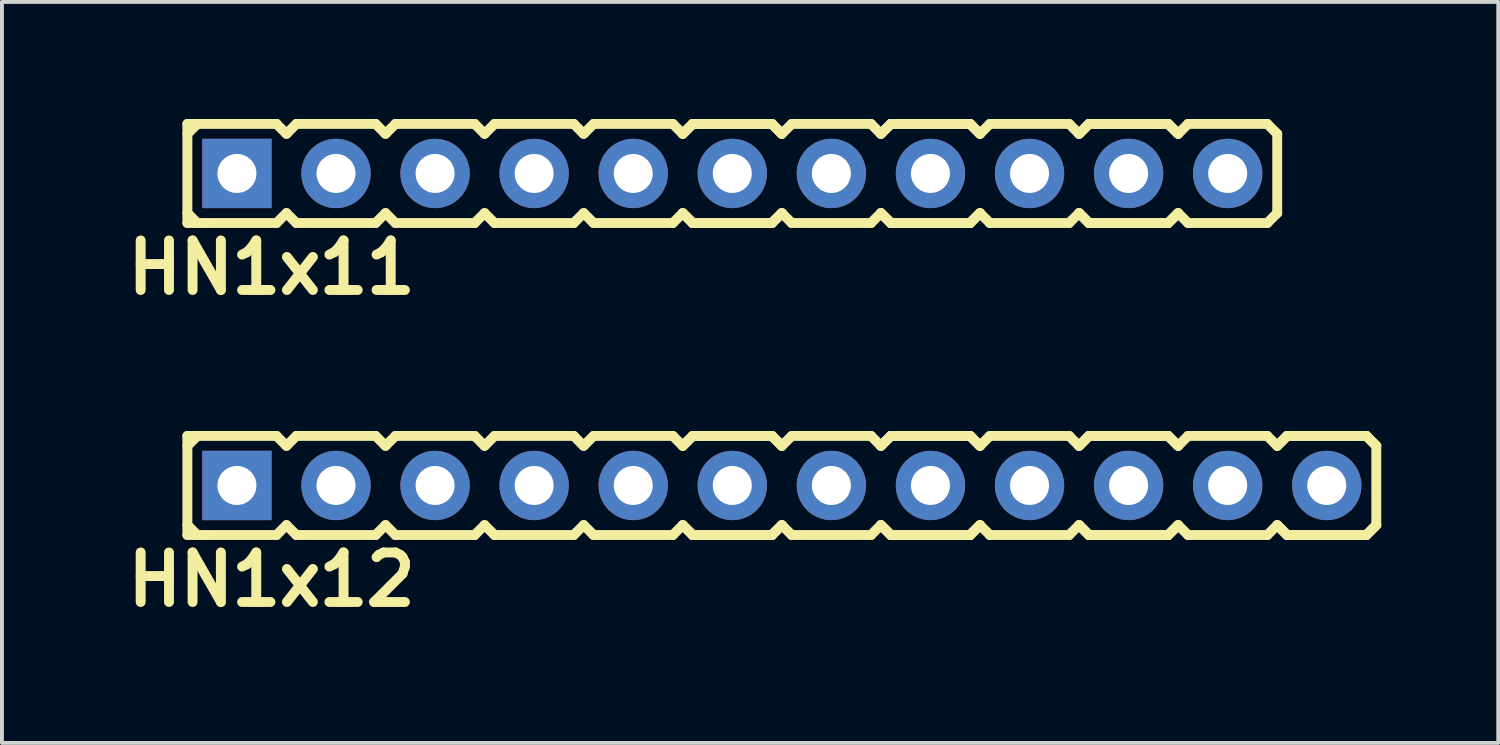
<source format=kicad_pcb>
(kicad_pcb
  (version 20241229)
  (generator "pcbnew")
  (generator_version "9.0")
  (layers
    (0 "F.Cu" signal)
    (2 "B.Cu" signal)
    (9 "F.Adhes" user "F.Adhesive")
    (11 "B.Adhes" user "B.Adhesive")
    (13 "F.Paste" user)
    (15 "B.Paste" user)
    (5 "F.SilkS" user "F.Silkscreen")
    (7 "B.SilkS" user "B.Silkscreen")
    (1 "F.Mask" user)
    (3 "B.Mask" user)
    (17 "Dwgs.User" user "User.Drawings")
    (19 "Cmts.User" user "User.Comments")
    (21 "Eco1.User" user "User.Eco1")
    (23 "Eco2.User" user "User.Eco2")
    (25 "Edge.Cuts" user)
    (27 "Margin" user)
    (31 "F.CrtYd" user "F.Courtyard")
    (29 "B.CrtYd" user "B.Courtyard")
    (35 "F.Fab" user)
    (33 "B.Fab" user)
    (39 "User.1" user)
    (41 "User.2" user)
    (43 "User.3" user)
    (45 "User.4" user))
  (footprint "HN1x12"
    (layer "F.Cu")
    (at 16.994 9.396)
    (property "Reference" "HN1x12" (at -13.081 2.413 0) (layer "F.SilkS") (effects (font (size 1.27 1.27) (thickness 0.254))))
    (attr smd)
    (fp_line (start -15.24 -1.27) (end -15.24 1.27) (stroke (width 0.254) (type solid)) (layer "F.SilkS"))
    (fp_line (start -15.24 -1.27) (end -14.986 -1.27) (stroke (width 0.254) (type solid)) (layer "F.SilkS"))
    (fp_line (start -15.24 -1.016) (end -14.986 -1.27) (stroke (width 0.254) (type solid)) (layer "F.SilkS"))
    (fp_line (start -14.986 -1.27) (end -12.954 -1.27) (stroke (width 0.254) (type solid)) (layer "F.SilkS"))
    (fp_line (start -14.986 1.27) (end -15.24 1.016) (stroke (width 0.254) (type solid)) (layer "F.SilkS"))
    (fp_line (start -14.732 1.27) (end -15.24 1.27) (stroke (width 0.254) (type solid)) (layer "F.SilkS"))
    (fp_line (start -12.954 -1.27) (end -12.7 -1.016) (stroke (width 0.254) (type solid)) (layer "F.SilkS"))
    (fp_line (start -12.954 1.27) (end -14.732 1.27) (stroke (width 0.254) (type solid)) (layer "F.SilkS"))
    (fp_line (start -12.7 -1.016) (end -12.446 -1.27) (stroke (width 0.254) (type solid)) (layer "F.SilkS"))
    (fp_line (start -12.7 1.016) (end -12.954 1.27) (stroke (width 0.254) (type solid)) (layer "F.SilkS"))
    (fp_line (start -12.446 -1.27) (end -10.414 -1.27) (stroke (width 0.254) (type solid)) (layer "F.SilkS"))
    (fp_line (start -12.446 1.27) (end -12.7 1.016) (stroke (width 0.254) (type solid)) (layer "F.SilkS"))
    (fp_line (start -10.414 -1.27) (end -10.16 -1.016) (stroke (width 0.254) (type solid)) (layer "F.SilkS"))
    (fp_line (start -10.414 1.27) (end -12.446 1.27) (stroke (width 0.254) (type solid)) (layer "F.SilkS"))
    (fp_line (start -10.414 1.27) (end -10.16 1.016) (stroke (width 0.254) (type solid)) (layer "F.SilkS"))
    (fp_line (start -10.16 -1.016) (end -9.906 -1.27) (stroke (width 0.254) (type solid)) (layer "F.SilkS"))
    (fp_line (start -10.16 1.016) (end -9.906 1.27) (stroke (width 0.254) (type solid)) (layer "F.SilkS"))
    (fp_line (start -9.906 -1.27) (end -7.874 -1.27) (stroke (width 0.254) (type solid)) (layer "F.SilkS"))
    (fp_line (start -7.874 -1.27) (end -7.62 -1.016) (stroke (width 0.254) (type solid)) (layer "F.SilkS"))
    (fp_line (start -7.874 1.27) (end -9.906 1.27) (stroke (width 0.254) (type solid)) (layer "F.SilkS"))
    (fp_line (start -7.62 -1.016) (end -7.366 -1.27) (stroke (width 0.254) (type solid)) (layer "F.SilkS"))
    (fp_line (start -7.62 1.016) (end -7.874 1.27) (stroke (width 0.254) (type solid)) (layer "F.SilkS"))
    (fp_line (start -7.366 -1.27) (end -5.334 -1.27) (stroke (width 0.254) (type solid)) (layer "F.SilkS"))
    (fp_line (start -7.366 1.27) (end -7.62 1.016) (stroke (width 0.254) (type solid)) (layer "F.SilkS"))
    (fp_line (start -5.334 -1.27) (end -5.08 -1.016) (stroke (width 0.254) (type solid)) (layer "F.SilkS"))
    (fp_line (start -5.334 1.27) (end -7.366 1.27) (stroke (width 0.254) (type solid)) (layer "F.SilkS"))
    (fp_line (start -5.08 -1.016) (end -4.826 -1.27) (stroke (width 0.254) (type solid)) (layer "F.SilkS"))
    (fp_line (start -5.08 1.016) (end -5.334 1.27) (stroke (width 0.254) (type solid)) (layer "F.SilkS"))
    (fp_line (start -4.826 -1.27) (end -2.794 -1.27) (stroke (width 0.254) (type solid)) (layer "F.SilkS"))
    (fp_line (start -4.826 1.27) (end -5.08 1.016) (stroke (width 0.254) (type solid)) (layer "F.SilkS"))
    (fp_line (start -2.794 -1.27) (end -2.54 -1.016) (stroke (width 0.254) (type solid)) (layer "F.SilkS"))
    (fp_line (start -2.794 1.27) (end -4.826 1.27) (stroke (width 0.254) (type solid)) (layer "F.SilkS"))
    (fp_line (start -2.54 -1.016) (end -2.286 -1.27) (stroke (width 0.254) (type solid)) (layer "F.SilkS"))
    (fp_line (start -2.54 -1.016) (end -2.286 -1.27) (stroke (width 0.254) (type solid)) (layer "F.SilkS"))
    (fp_line (start -2.54 1.016) (end -2.794 1.27) (stroke (width 0.254) (type solid)) (layer "F.SilkS"))
    (fp_line (start -2.286 -1.27) (end -0.254 -1.27) (stroke (width 0.254) (type solid)) (layer "F.SilkS"))
    (fp_line (start -2.286 -1.27) (end -0.254 -1.27) (stroke (width 0.254) (type solid)) (layer "F.SilkS"))
    (fp_line (start -2.286 1.27) (end -2.54 1.016) (stroke (width 0.254) (type solid)) (layer "F.SilkS"))
    (fp_line (start -2.286 1.27) (end -2.54 1.016) (stroke (width 0.254) (type solid)) (layer "F.SilkS"))
    (fp_line (start -0.254 -1.27) (end 0 -1.016) (stroke (width 0.254) (type solid)) (layer "F.SilkS"))
    (fp_line (start -0.254 -1.27) (end 0 -1.016) (stroke (width 0.254) (type solid)) (layer "F.SilkS"))
    (fp_line (start -0.254 1.27) (end -2.286 1.27) (stroke (width 0.254) (type solid)) (layer "F.SilkS"))
    (fp_line (start -0.254 1.27) (end -2.286 1.27) (stroke (width 0.254) (type solid)) (layer "F.SilkS"))
    (fp_line (start 0 -1.016) (end 0.254 -1.27) (stroke (width 0.254) (type solid)) (layer "F.SilkS"))
    (fp_line (start 0 1.016) (end -0.254 1.27) (stroke (width 0.254) (type solid)) (layer "F.SilkS"))
    (fp_line (start 0 1.016) (end -0.254 1.27) (stroke (width 0.254) (type solid)) (layer "F.SilkS"))
    (fp_line (start 0.254 -1.27) (end 2.286 -1.27) (stroke (width 0.254) (type solid)) (layer "F.SilkS"))
    (fp_line (start 0.254 1.27) (end 0 1.016) (stroke (width 0.254) (type solid)) (layer "F.SilkS"))
    (fp_line (start 2.286 -1.27) (end 2.54 -1.016) (stroke (width 0.254) (type solid)) (layer "F.SilkS"))
    (fp_line (start 2.286 1.27) (end 0.254 1.27) (stroke (width 0.254) (type solid)) (layer "F.SilkS"))
    (fp_line (start 2.54 -1.016) (end 2.794 -1.27) (stroke (width 0.254) (type solid)) (layer "F.SilkS"))
    (fp_line (start 2.54 -1.016) (end 2.794 -1.27) (stroke (width 0.254) (type solid)) (layer "F.SilkS"))
    (fp_line (start 2.54 1.016) (end 2.286 1.27) (stroke (width 0.254) (type solid)) (layer "F.SilkS"))
    (fp_line (start 2.794 -1.27) (end 4.826 -1.27) (stroke (width 0.254) (type solid)) (layer "F.SilkS"))
    (fp_line (start 2.794 -1.27) (end 4.826 -1.27) (stroke (width 0.254) (type solid)) (layer "F.SilkS"))
    (fp_line (start 2.794 1.27) (end 2.54 1.016) (stroke (width 0.254) (type solid)) (layer "F.SilkS"))
    (fp_line (start 2.794 1.27) (end 2.54 1.016) (stroke (width 0.254) (type solid)) (layer "F.SilkS"))
    (fp_line (start 4.826 -1.27) (end 5.08 -1.016) (stroke (width 0.254) (type solid)) (layer "F.SilkS"))
    (fp_line (start 4.826 -1.27) (end 5.08 -1.016) (stroke (width 0.254) (type solid)) (layer "F.SilkS"))
    (fp_line (start 4.826 1.27) (end 2.794 1.27) (stroke (width 0.254) (type solid)) (layer "F.SilkS"))
    (fp_line (start 4.826 1.27) (end 2.794 1.27) (stroke (width 0.254) (type solid)) (layer "F.SilkS"))
    (fp_line (start 5.08 -1.016) (end 5.334 -1.27) (stroke (width 0.254) (type solid)) (layer "F.SilkS"))
    (fp_line (start 5.08 1.016) (end 4.826 1.27) (stroke (width 0.254) (type solid)) (layer "F.SilkS"))
    (fp_line (start 5.08 1.016) (end 4.826 1.27) (stroke (width 0.254) (type solid)) (layer "F.SilkS"))
    (fp_line (start 5.334 -1.27) (end 7.366 -1.27) (stroke (width 0.254) (type solid)) (layer "F.SilkS"))
    (fp_line (start 5.334 1.27) (end 5.08 1.016) (stroke (width 0.254) (type solid)) (layer "F.SilkS"))
    (fp_line (start 7.366 -1.27) (end 7.62 -1.016) (stroke (width 0.254) (type solid)) (layer "F.SilkS"))
    (fp_line (start 7.366 1.27) (end 5.334 1.27) (stroke (width 0.254) (type solid)) (layer "F.SilkS"))
    (fp_line (start 7.62 -1.016) (end 7.874 -1.27) (stroke (width 0.254) (type solid)) (layer "F.SilkS"))
    (fp_line (start 7.62 -1.016) (end 7.874 -1.27) (stroke (width 0.254) (type solid)) (layer "F.SilkS"))
    (fp_line (start 7.62 1.016) (end 7.366 1.27) (stroke (width 0.254) (type solid)) (layer "F.SilkS"))
    (fp_line (start 7.874 -1.27) (end 9.906 -1.27) (stroke (width 0.254) (type solid)) (layer "F.SilkS"))
    (fp_line (start 7.874 -1.27) (end 9.906 -1.27) (stroke (width 0.254) (type solid)) (layer "F.SilkS"))
    (fp_line (start 7.874 1.27) (end 7.62 1.016) (stroke (width 0.254) (type solid)) (layer "F.SilkS"))
    (fp_line (start 7.874 1.27) (end 7.62 1.016) (stroke (width 0.254) (type solid)) (layer "F.SilkS"))
    (fp_line (start 9.906 -1.27) (end 10.16 -1.016) (stroke (width 0.254) (type solid)) (layer "F.SilkS"))
    (fp_line (start 9.906 -1.27) (end 10.16 -1.016) (stroke (width 0.254) (type solid)) (layer "F.SilkS"))
    (fp_line (start 9.906 1.27) (end 7.874 1.27) (stroke (width 0.254) (type solid)) (layer "F.SilkS"))
    (fp_line (start 9.906 1.27) (end 7.874 1.27) (stroke (width 0.254) (type solid)) (layer "F.SilkS"))
    (fp_line (start 10.16 -1.016) (end 10.414 -1.27) (stroke (width 0.254) (type solid)) (layer "F.SilkS"))
    (fp_line (start 10.16 1.016) (end 9.906 1.27) (stroke (width 0.254) (type solid)) (layer "F.SilkS"))
    (fp_line (start 10.16 1.016) (end 9.906 1.27) (stroke (width 0.254) (type solid)) (layer "F.SilkS"))
    (fp_line (start 10.414 -1.27) (end 12.446 -1.27) (stroke (width 0.254) (type solid)) (layer "F.SilkS"))
    (fp_line (start 10.414 1.27) (end 10.16 1.016) (stroke (width 0.254) (type solid)) (layer "F.SilkS"))
    (fp_line (start 12.446 -1.27) (end 12.7 -1.016) (stroke (width 0.254) (type solid)) (layer "F.SilkS"))
    (fp_line (start 12.446 1.27) (end 10.414 1.27) (stroke (width 0.254) (type solid)) (layer "F.SilkS"))
    (fp_line (start 12.7 -1.016) (end 12.954 -1.27) (stroke (width 0.254) (type solid)) (layer "F.SilkS"))
    (fp_line (start 12.7 -1.016) (end 12.954 -1.27) (stroke (width 0.254) (type solid)) (layer "F.SilkS"))
    (fp_line (start 12.7 1.016) (end 12.446 1.27) (stroke (width 0.254) (type solid)) (layer "F.SilkS"))
    (fp_line (start 12.954 -1.27) (end 14.986 -1.27) (stroke (width 0.254) (type solid)) (layer "F.SilkS"))
    (fp_line (start 12.954 -1.27) (end 14.986 -1.27) (stroke (width 0.254) (type solid)) (layer "F.SilkS"))
    (fp_line (start 12.954 1.27) (end 12.7 1.016) (stroke (width 0.254) (type solid)) (layer "F.SilkS"))
    (fp_line (start 12.954 1.27) (end 12.7 1.016) (stroke (width 0.254) (type solid)) (layer "F.SilkS"))
    (fp_line (start 14.986 -1.27) (end 15.24 -1.016) (stroke (width 0.254) (type solid)) (layer "F.SilkS"))
    (fp_line (start 14.986 -1.27) (end 15.24 -1.016) (stroke (width 0.254) (type solid)) (layer "F.SilkS"))
    (fp_line (start 14.986 1.27) (end 12.954 1.27) (stroke (width 0.254) (type solid)) (layer "F.SilkS"))
    (fp_line (start 14.986 1.27) (end 12.954 1.27) (stroke (width 0.254) (type solid)) (layer "F.SilkS"))
    (fp_line (start 15.24 -1.016) (end 15.24 1.016) (stroke (width 0.254) (type solid)) (layer "F.SilkS"))
    (fp_line (start 15.24 1.016) (end 14.986 1.27) (stroke (width 0.254) (type solid)) (layer "F.SilkS"))
    (fp_line (start 15.24 1.016) (end 14.986 1.27) (stroke (width 0.254) (type solid)) (layer "F.SilkS"))
    (pad "1" thru_hole rect (at -13.97 0) (size 1.778 1.778) (drill 1) (layers "*.Cu" "*.Mask"))
    (pad "2" thru_hole circle (at -11.43 0) (size 1.778 1.778) (drill 1) (layers "*.Cu" "*.Mask"))
    (pad "3" thru_hole circle (at -8.89 0) (size 1.778 1.778) (drill 1) (layers "*.Cu" "*.Mask"))
    (pad "4" thru_hole circle (at -6.35 0) (size 1.778 1.778) (drill 1) (layers "*.Cu" "*.Mask"))
    (pad "5" thru_hole circle (at -3.81 0) (size 1.778 1.778) (drill 1) (layers "*.Cu" "*.Mask"))
    (pad "6" thru_hole circle (at -1.27 0) (size 1.778 1.778) (drill 1) (layers "*.Cu" "*.Mask"))
    (pad "7" thru_hole circle (at 1.27 0) (size 1.778 1.778) (drill 1) (layers "*.Cu" "*.Mask"))
    (pad "8" thru_hole circle (at 3.81 0) (size 1.778 1.778) (drill 1) (layers "*.Cu" "*.Mask"))
    (pad "9" thru_hole circle (at 6.35 0) (size 1.778 1.778) (drill 1) (layers "*.Cu" "*.Mask"))
    (pad "10" thru_hole circle (at 8.89 0) (size 1.778 1.778) (drill 1) (layers "*.Cu" "*.Mask"))
    (pad "11" thru_hole circle (at 11.43 0) (size 1.778 1.778) (drill 1) (layers "*.Cu" "*.Mask"))
    (pad "12" thru_hole circle (at 13.97 0) (size 1.778 1.778) (drill 1) (layers "*.Cu" "*.Mask")))
  (footprint "HN1x11"
    (layer "F.Cu")
    (at 15.724 1.397)
    (property "Reference" "HN1x11" (at -11.811 2.413 0) (layer "F.SilkS") (effects (font (size 1.27 1.27) (thickness 0.254))))
    (attr smd)
    (fp_line (start -13.97 -1.27) (end -13.97 1.27) (stroke (width 0.254) (type solid)) (layer "F.SilkS"))
    (fp_line (start -13.97 -1.27) (end -13.716 -1.27) (stroke (width 0.254) (type solid)) (layer "F.SilkS"))
    (fp_line (start -13.97 -1.016) (end -13.716 -1.27) (stroke (width 0.254) (type solid)) (layer "F.SilkS"))
    (fp_line (start -13.716 -1.27) (end -11.684 -1.27) (stroke (width 0.254) (type solid)) (layer "F.SilkS"))
    (fp_line (start -13.716 1.27) (end -13.97 1.016) (stroke (width 0.254) (type solid)) (layer "F.SilkS"))
    (fp_line (start -13.462 1.27) (end -13.97 1.27) (stroke (width 0.254) (type solid)) (layer "F.SilkS"))
    (fp_line (start -11.684 -1.27) (end -11.43 -1.016) (stroke (width 0.254) (type solid)) (layer "F.SilkS"))
    (fp_line (start -11.684 1.27) (end -13.462 1.27) (stroke (width 0.254) (type solid)) (layer "F.SilkS"))
    (fp_line (start -11.43 -1.016) (end -11.176 -1.27) (stroke (width 0.254) (type solid)) (layer "F.SilkS"))
    (fp_line (start -11.43 1.016) (end -11.684 1.27) (stroke (width 0.254) (type solid)) (layer "F.SilkS"))
    (fp_line (start -11.176 -1.27) (end -9.144 -1.27) (stroke (width 0.254) (type solid)) (layer "F.SilkS"))
    (fp_line (start -11.176 1.27) (end -11.43 1.016) (stroke (width 0.254) (type solid)) (layer "F.SilkS"))
    (fp_line (start -9.144 -1.27) (end -8.89 -1.016) (stroke (width 0.254) (type solid)) (layer "F.SilkS"))
    (fp_line (start -9.144 1.27) (end -11.176 1.27) (stroke (width 0.254) (type solid)) (layer "F.SilkS"))
    (fp_line (start -9.144 1.27) (end -8.89 1.016) (stroke (width 0.254) (type solid)) (layer "F.SilkS"))
    (fp_line (start -8.89 -1.016) (end -8.636 -1.27) (stroke (width 0.254) (type solid)) (layer "F.SilkS"))
    (fp_line (start -8.89 1.016) (end -8.636 1.27) (stroke (width 0.254) (type solid)) (layer "F.SilkS"))
    (fp_line (start -8.636 -1.27) (end -6.604 -1.27) (stroke (width 0.254) (type solid)) (layer "F.SilkS"))
    (fp_line (start -6.604 -1.27) (end -6.35 -1.016) (stroke (width 0.254) (type solid)) (layer "F.SilkS"))
    (fp_line (start -6.604 1.27) (end -8.636 1.27) (stroke (width 0.254) (type solid)) (layer "F.SilkS"))
    (fp_line (start -6.35 -1.016) (end -6.096 -1.27) (stroke (width 0.254) (type solid)) (layer "F.SilkS"))
    (fp_line (start -6.35 1.016) (end -6.604 1.27) (stroke (width 0.254) (type solid)) (layer "F.SilkS"))
    (fp_line (start -6.096 -1.27) (end -4.064 -1.27) (stroke (width 0.254) (type solid)) (layer "F.SilkS"))
    (fp_line (start -6.096 1.27) (end -6.35 1.016) (stroke (width 0.254) (type solid)) (layer "F.SilkS"))
    (fp_line (start -4.064 -1.27) (end -3.81 -1.016) (stroke (width 0.254) (type solid)) (layer "F.SilkS"))
    (fp_line (start -4.064 1.27) (end -6.096 1.27) (stroke (width 0.254) (type solid)) (layer "F.SilkS"))
    (fp_line (start -3.81 -1.016) (end -3.556 -1.27) (stroke (width 0.254) (type solid)) (layer "F.SilkS"))
    (fp_line (start -3.81 1.016) (end -4.064 1.27) (stroke (width 0.254) (type solid)) (layer "F.SilkS"))
    (fp_line (start -3.556 -1.27) (end -1.524 -1.27) (stroke (width 0.254) (type solid)) (layer "F.SilkS"))
    (fp_line (start -3.556 1.27) (end -3.81 1.016) (stroke (width 0.254) (type solid)) (layer "F.SilkS"))
    (fp_line (start -1.524 -1.27) (end -1.27 -1.016) (stroke (width 0.254) (type solid)) (layer "F.SilkS"))
    (fp_line (start -1.524 1.27) (end -3.556 1.27) (stroke (width 0.254) (type solid)) (layer "F.SilkS"))
    (fp_line (start -1.27 -1.016) (end -1.016 -1.27) (stroke (width 0.254) (type solid)) (layer "F.SilkS"))
    (fp_line (start -1.27 -1.016) (end -1.016 -1.27) (stroke (width 0.254) (type solid)) (layer "F.SilkS"))
    (fp_line (start -1.27 1.016) (end -1.524 1.27) (stroke (width 0.254) (type solid)) (layer "F.SilkS"))
    (fp_line (start -1.016 -1.27) (end 1.016 -1.27) (stroke (width 0.254) (type solid)) (layer "F.SilkS"))
    (fp_line (start -1.016 -1.27) (end 1.016 -1.27) (stroke (width 0.254) (type solid)) (layer "F.SilkS"))
    (fp_line (start -1.016 1.27) (end -1.27 1.016) (stroke (width 0.254) (type solid)) (layer "F.SilkS"))
    (fp_line (start -1.016 1.27) (end -1.27 1.016) (stroke (width 0.254) (type solid)) (layer "F.SilkS"))
    (fp_line (start 1.016 -1.27) (end 1.27 -1.016) (stroke (width 0.254) (type solid)) (layer "F.SilkS"))
    (fp_line (start 1.016 -1.27) (end 1.27 -1.016) (stroke (width 0.254) (type solid)) (layer "F.SilkS"))
    (fp_line (start 1.016 1.27) (end -1.016 1.27) (stroke (width 0.254) (type solid)) (layer "F.SilkS"))
    (fp_line (start 1.016 1.27) (end -1.016 1.27) (stroke (width 0.254) (type solid)) (layer "F.SilkS"))
    (fp_line (start 1.27 -1.016) (end 1.524 -1.27) (stroke (width 0.254) (type solid)) (layer "F.SilkS"))
    (fp_line (start 1.27 1.016) (end 1.016 1.27) (stroke (width 0.254) (type solid)) (layer "F.SilkS"))
    (fp_line (start 1.27 1.016) (end 1.016 1.27) (stroke (width 0.254) (type solid)) (layer "F.SilkS"))
    (fp_line (start 1.524 -1.27) (end 3.556 -1.27) (stroke (width 0.254) (type solid)) (layer "F.SilkS"))
    (fp_line (start 1.524 1.27) (end 1.27 1.016) (stroke (width 0.254) (type solid)) (layer "F.SilkS"))
    (fp_line (start 3.556 -1.27) (end 3.81 -1.016) (stroke (width 0.254) (type solid)) (layer "F.SilkS"))
    (fp_line (start 3.556 1.27) (end 1.524 1.27) (stroke (width 0.254) (type solid)) (layer "F.SilkS"))
    (fp_line (start 3.81 -1.016) (end 4.064 -1.27) (stroke (width 0.254) (type solid)) (layer "F.SilkS"))
    (fp_line (start 3.81 -1.016) (end 4.064 -1.27) (stroke (width 0.254) (type solid)) (layer "F.SilkS"))
    (fp_line (start 3.81 1.016) (end 3.556 1.27) (stroke (width 0.254) (type solid)) (layer "F.SilkS"))
    (fp_line (start 4.064 -1.27) (end 6.096 -1.27) (stroke (width 0.254) (type solid)) (layer "F.SilkS"))
    (fp_line (start 4.064 -1.27) (end 6.096 -1.27) (stroke (width 0.254) (type solid)) (layer "F.SilkS"))
    (fp_line (start 4.064 1.27) (end 3.81 1.016) (stroke (width 0.254) (type solid)) (layer "F.SilkS"))
    (fp_line (start 4.064 1.27) (end 3.81 1.016) (stroke (width 0.254) (type solid)) (layer "F.SilkS"))
    (fp_line (start 6.096 -1.27) (end 6.35 -1.016) (stroke (width 0.254) (type solid)) (layer "F.SilkS"))
    (fp_line (start 6.096 -1.27) (end 6.35 -1.016) (stroke (width 0.254) (type solid)) (layer "F.SilkS"))
    (fp_line (start 6.096 1.27) (end 4.064 1.27) (stroke (width 0.254) (type solid)) (layer "F.SilkS"))
    (fp_line (start 6.096 1.27) (end 4.064 1.27) (stroke (width 0.254) (type solid)) (layer "F.SilkS"))
    (fp_line (start 6.35 -1.016) (end 6.604 -1.27) (stroke (width 0.254) (type solid)) (layer "F.SilkS"))
    (fp_line (start 6.35 1.016) (end 6.096 1.27) (stroke (width 0.254) (type solid)) (layer "F.SilkS"))
    (fp_line (start 6.35 1.016) (end 6.096 1.27) (stroke (width 0.254) (type solid)) (layer "F.SilkS"))
    (fp_line (start 6.604 -1.27) (end 8.636 -1.27) (stroke (width 0.254) (type solid)) (layer "F.SilkS"))
    (fp_line (start 6.604 1.27) (end 6.35 1.016) (stroke (width 0.254) (type solid)) (layer "F.SilkS"))
    (fp_line (start 8.636 -1.27) (end 8.89 -1.016) (stroke (width 0.254) (type solid)) (layer "F.SilkS"))
    (fp_line (start 8.636 1.27) (end 6.604 1.27) (stroke (width 0.254) (type solid)) (layer "F.SilkS"))
    (fp_line (start 8.89 -1.016) (end 9.144 -1.27) (stroke (width 0.254) (type solid)) (layer "F.SilkS"))
    (fp_line (start 8.89 -1.016) (end 9.144 -1.27) (stroke (width 0.254) (type solid)) (layer "F.SilkS"))
    (fp_line (start 8.89 1.016) (end 8.636 1.27) (stroke (width 0.254) (type solid)) (layer "F.SilkS"))
    (fp_line (start 9.144 -1.27) (end 11.176 -1.27) (stroke (width 0.254) (type solid)) (layer "F.SilkS"))
    (fp_line (start 9.144 -1.27) (end 11.176 -1.27) (stroke (width 0.254) (type solid)) (layer "F.SilkS"))
    (fp_line (start 9.144 1.27) (end 8.89 1.016) (stroke (width 0.254) (type solid)) (layer "F.SilkS"))
    (fp_line (start 9.144 1.27) (end 8.89 1.016) (stroke (width 0.254) (type solid)) (layer "F.SilkS"))
    (fp_line (start 11.176 -1.27) (end 11.43 -1.016) (stroke (width 0.254) (type solid)) (layer "F.SilkS"))
    (fp_line (start 11.176 -1.27) (end 11.43 -1.016) (stroke (width 0.254) (type solid)) (layer "F.SilkS"))
    (fp_line (start 11.176 1.27) (end 9.144 1.27) (stroke (width 0.254) (type solid)) (layer "F.SilkS"))
    (fp_line (start 11.176 1.27) (end 9.144 1.27) (stroke (width 0.254) (type solid)) (layer "F.SilkS"))
    (fp_line (start 11.43 -1.016) (end 11.684 -1.27) (stroke (width 0.254) (type solid)) (layer "F.SilkS"))
    (fp_line (start 11.43 1.016) (end 11.176 1.27) (stroke (width 0.254) (type solid)) (layer "F.SilkS"))
    (fp_line (start 11.43 1.016) (end 11.176 1.27) (stroke (width 0.254) (type solid)) (layer "F.SilkS"))
    (fp_line (start 11.684 -1.27) (end 13.716 -1.27) (stroke (width 0.254) (type solid)) (layer "F.SilkS"))
    (fp_line (start 11.684 1.27) (end 11.43 1.016) (stroke (width 0.254) (type solid)) (layer "F.SilkS"))
    (fp_line (start 13.716 -1.27) (end 13.97 -1.016) (stroke (width 0.254) (type solid)) (layer "F.SilkS"))
    (fp_line (start 13.716 1.27) (end 11.684 1.27) (stroke (width 0.254) (type solid)) (layer "F.SilkS"))
    (fp_line (start 13.97 -1.016) (end 13.97 1.016) (stroke (width 0.254) (type solid)) (layer "F.SilkS"))
    (fp_line (start 13.97 1.016) (end 13.716 1.27) (stroke (width 0.254) (type solid)) (layer "F.SilkS"))
    (pad "1" thru_hole rect (at -12.7 0) (size 1.778 1.778) (drill 1) (layers "*.Cu" "*.Mask"))
    (pad "2" thru_hole circle (at -10.16 0) (size 1.778 1.778) (drill 1) (layers "*.Cu" "*.Mask"))
    (pad "3" thru_hole circle (at -7.62 0) (size 1.778 1.778) (drill 1) (layers "*.Cu" "*.Mask"))
    (pad "4" thru_hole circle (at -5.08 0) (size 1.778 1.778) (drill 1) (layers "*.Cu" "*.Mask"))
    (pad "5" thru_hole circle (at -2.54 0) (size 1.778 1.778) (drill 1) (layers "*.Cu" "*.Mask"))
    (pad "6" thru_hole circle (at 0 0) (size 1.778 1.778) (drill 1) (layers "*.Cu" "*.Mask"))
    (pad "7" thru_hole circle (at 2.54 0) (size 1.778 1.778) (drill 1) (layers "*.Cu" "*.Mask"))
    (pad "8" thru_hole circle (at 5.08 0) (size 1.778 1.778) (drill 1) (layers "*.Cu" "*.Mask"))
    (pad "9" thru_hole circle (at 7.62 0) (size 1.778 1.778) (drill 1) (layers "*.Cu" "*.Mask"))
    (pad "10" thru_hole circle (at 10.16 0) (size 1.778 1.778) (drill 1) (layers "*.Cu" "*.Mask"))
    (pad "11" thru_hole circle (at 12.7 0) (size 1.778 1.778) (drill 1) (layers "*.Cu" "*.Mask")))
  (gr_rect
    (start -3 -3)
    (end 35.361 15.997)
    (stroke (width 0.1) (type default))
    (fill no)
    (layer "Edge.Cuts")))
</source>
